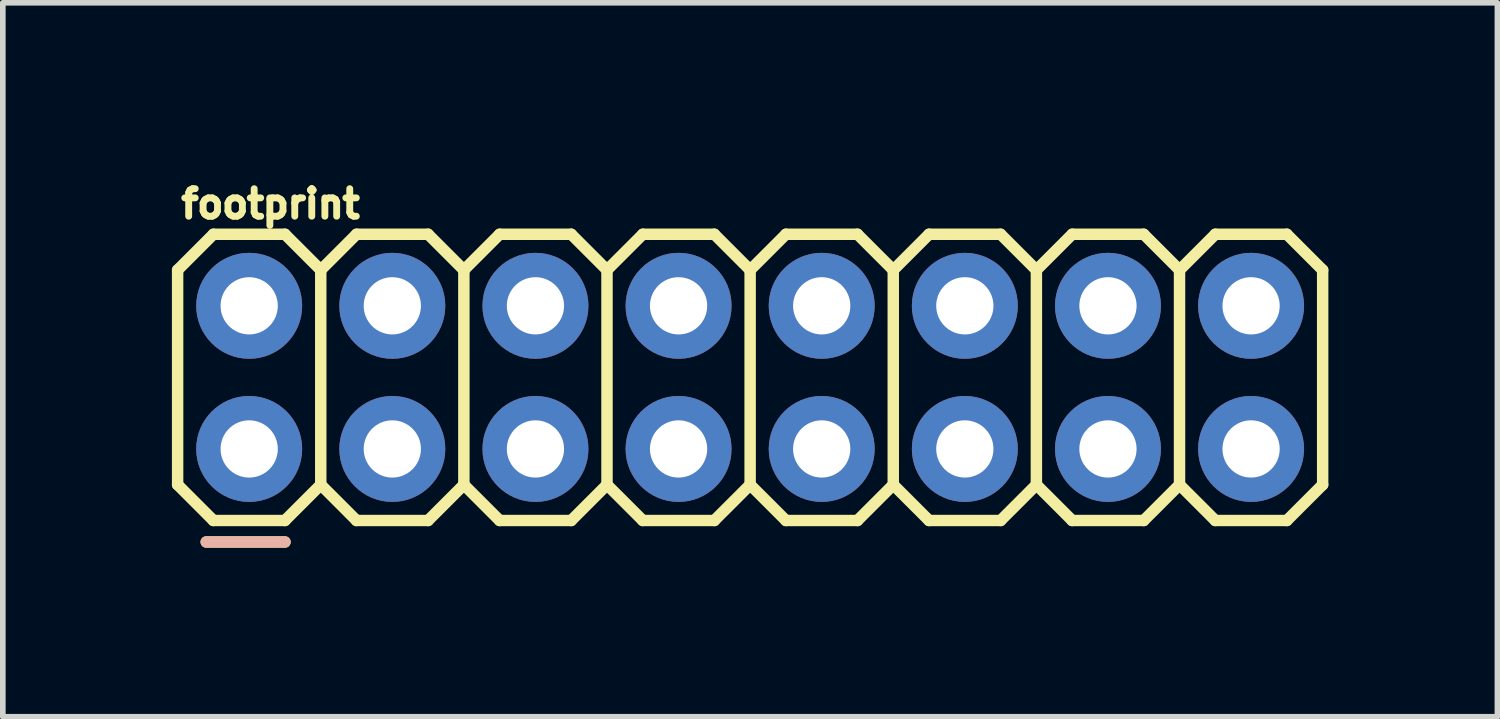
<source format=kicad_pcb>
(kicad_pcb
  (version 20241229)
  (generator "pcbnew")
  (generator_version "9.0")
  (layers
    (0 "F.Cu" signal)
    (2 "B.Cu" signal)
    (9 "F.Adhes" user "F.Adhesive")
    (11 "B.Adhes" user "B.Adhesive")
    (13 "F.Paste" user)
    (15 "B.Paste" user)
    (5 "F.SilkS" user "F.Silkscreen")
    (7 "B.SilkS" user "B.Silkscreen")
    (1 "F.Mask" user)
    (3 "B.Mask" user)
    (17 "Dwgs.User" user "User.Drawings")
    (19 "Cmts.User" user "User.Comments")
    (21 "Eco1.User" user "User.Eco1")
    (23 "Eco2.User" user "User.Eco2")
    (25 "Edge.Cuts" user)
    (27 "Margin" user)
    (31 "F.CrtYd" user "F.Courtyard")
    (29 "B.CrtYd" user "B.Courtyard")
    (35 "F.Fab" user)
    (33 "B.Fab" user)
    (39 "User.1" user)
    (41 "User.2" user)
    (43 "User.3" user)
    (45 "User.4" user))
  (footprint "footprint"
    (layer "F.Cu")
    (at 1.372 4.917)
    (property "Reference" "footprint" (at -1.27 -4.064 0) (layer "F.SilkS") (effects (font (size 0.488 0.488) (thickness 0.122)) (justify left bottom)))
    (fp_line (start -1.27 -3.175) (end -0.635 -3.81) (stroke (width 0.203) (type solid)) (layer "F.SilkS"))
    (fp_line (start -1.27 0.635) (end -1.27 -3.175) (stroke (width 0.203) (type solid)) (layer "F.SilkS"))
    (fp_line (start -1.27 0.635) (end -0.635 1.27) (stroke (width 0.203) (type solid)) (layer "F.SilkS"))
    (fp_line (start -0.762 1.651) (end 0.635 1.651) (stroke (width 0.203) (type solid)) (layer "F.SilkS"))
    (fp_line (start -0.635 -3.81) (end 0.635 -3.81) (stroke (width 0.203) (type solid)) (layer "F.SilkS"))
    (fp_line (start -0.635 1.27) (end 0.635 1.27) (stroke (width 0.203) (type solid)) (layer "F.SilkS"))
    (fp_line (start 0.635 -3.81) (end 1.27 -3.175) (stroke (width 0.203) (type solid)) (layer "F.SilkS"))
    (fp_line (start 0.635 1.27) (end 1.27 0.635) (stroke (width 0.203) (type solid)) (layer "F.SilkS"))
    (fp_line (start 1.27 -3.175) (end 1.27 0.635) (stroke (width 0.203) (type solid)) (layer "F.SilkS"))
    (fp_line (start 1.27 -3.175) (end 1.905 -3.81) (stroke (width 0.203) (type solid)) (layer "F.SilkS"))
    (fp_line (start 1.27 0.635) (end 1.905 1.27) (stroke (width 0.203) (type solid)) (layer "F.SilkS"))
    (fp_line (start 1.905 -3.81) (end 3.175 -3.81) (stroke (width 0.203) (type solid)) (layer "F.SilkS"))
    (fp_line (start 1.905 1.27) (end 3.175 1.27) (stroke (width 0.203) (type solid)) (layer "F.SilkS"))
    (fp_line (start 3.175 -3.81) (end 3.81 -3.175) (stroke (width 0.203) (type solid)) (layer "F.SilkS"))
    (fp_line (start 3.175 1.27) (end 3.81 0.635) (stroke (width 0.203) (type solid)) (layer "F.SilkS"))
    (fp_line (start 3.81 -3.175) (end 3.81 0.635) (stroke (width 0.203) (type solid)) (layer "F.SilkS"))
    (fp_line (start 3.81 -3.175) (end 4.445 -3.81) (stroke (width 0.203) (type solid)) (layer "F.SilkS"))
    (fp_line (start 3.81 0.635) (end 4.445 1.27) (stroke (width 0.203) (type solid)) (layer "F.SilkS"))
    (fp_line (start 4.445 -3.81) (end 5.715 -3.81) (stroke (width 0.203) (type solid)) (layer "F.SilkS"))
    (fp_line (start 4.445 1.27) (end 5.715 1.27) (stroke (width 0.203) (type solid)) (layer "F.SilkS"))
    (fp_line (start 5.715 -3.81) (end 6.35 -3.175) (stroke (width 0.203) (type solid)) (layer "F.SilkS"))
    (fp_line (start 5.715 1.27) (end 6.35 0.635) (stroke (width 0.203) (type solid)) (layer "F.SilkS"))
    (fp_line (start 6.35 -3.175) (end 6.35 0.635) (stroke (width 0.203) (type solid)) (layer "F.SilkS"))
    (fp_line (start 6.35 -3.175) (end 6.985 -3.81) (stroke (width 0.203) (type solid)) (layer "F.SilkS"))
    (fp_line (start 6.35 0.635) (end 6.985 1.27) (stroke (width 0.203) (type solid)) (layer "F.SilkS"))
    (fp_line (start 6.985 -3.81) (end 8.255 -3.81) (stroke (width 0.203) (type solid)) (layer "F.SilkS"))
    (fp_line (start 6.985 1.27) (end 8.255 1.27) (stroke (width 0.203) (type solid)) (layer "F.SilkS"))
    (fp_line (start 8.255 -3.81) (end 8.89 -3.175) (stroke (width 0.203) (type solid)) (layer "F.SilkS"))
    (fp_line (start 8.255 1.27) (end 8.89 0.635) (stroke (width 0.203) (type solid)) (layer "F.SilkS"))
    (fp_line (start 8.89 -3.175) (end 8.89 0.635) (stroke (width 0.203) (type solid)) (layer "F.SilkS"))
    (fp_line (start 8.89 -3.175) (end 9.525 -3.81) (stroke (width 0.203) (type solid)) (layer "F.SilkS"))
    (fp_line (start 8.89 0.635) (end 9.525 1.27) (stroke (width 0.203) (type solid)) (layer "F.SilkS"))
    (fp_line (start 9.525 -3.81) (end 10.795 -3.81) (stroke (width 0.203) (type solid)) (layer "F.SilkS"))
    (fp_line (start 9.525 1.27) (end 10.795 1.27) (stroke (width 0.203) (type solid)) (layer "F.SilkS"))
    (fp_line (start 10.795 -3.81) (end 11.43 -3.175) (stroke (width 0.203) (type solid)) (layer "F.SilkS"))
    (fp_line (start 10.795 1.27) (end 11.43 0.635) (stroke (width 0.203) (type solid)) (layer "F.SilkS"))
    (fp_line (start 11.43 -3.175) (end 11.43 0.635) (stroke (width 0.203) (type solid)) (layer "F.SilkS"))
    (fp_line (start 11.43 -3.175) (end 12.065 -3.81) (stroke (width 0.203) (type solid)) (layer "F.SilkS"))
    (fp_line (start 11.43 0.635) (end 12.065 1.27) (stroke (width 0.203) (type solid)) (layer "F.SilkS"))
    (fp_line (start 12.065 -3.81) (end 13.335 -3.81) (stroke (width 0.203) (type solid)) (layer "F.SilkS"))
    (fp_line (start 12.065 1.27) (end 13.335 1.27) (stroke (width 0.203) (type solid)) (layer "F.SilkS"))
    (fp_line (start 13.335 -3.81) (end 13.97 -3.175) (stroke (width 0.203) (type solid)) (layer "F.SilkS"))
    (fp_line (start 13.335 1.27) (end 13.97 0.635) (stroke (width 0.203) (type solid)) (layer "F.SilkS"))
    (fp_line (start 13.97 -3.175) (end 13.97 0.635) (stroke (width 0.203) (type solid)) (layer "F.SilkS"))
    (fp_line (start 13.97 -3.175) (end 14.605 -3.81) (stroke (width 0.203) (type solid)) (layer "F.SilkS"))
    (fp_line (start 13.97 0.635) (end 14.605 1.27) (stroke (width 0.203) (type solid)) (layer "F.SilkS"))
    (fp_line (start 14.605 -3.81) (end 15.875 -3.81) (stroke (width 0.203) (type solid)) (layer "F.SilkS"))
    (fp_line (start 14.605 1.27) (end 15.875 1.27) (stroke (width 0.203) (type solid)) (layer "F.SilkS"))
    (fp_line (start 15.875 -3.81) (end 16.51 -3.175) (stroke (width 0.203) (type solid)) (layer "F.SilkS"))
    (fp_line (start 16.51 -3.175) (end 16.51 0.635) (stroke (width 0.203) (type solid)) (layer "F.SilkS"))
    (fp_line (start 16.51 -3.175) (end 17.145 -3.81) (stroke (width 0.203) (type solid)) (layer "F.SilkS"))
    (fp_line (start 16.51 0.635) (end 15.875 1.27) (stroke (width 0.203) (type solid)) (layer "F.SilkS"))
    (fp_line (start 16.51 0.635) (end 17.145 1.27) (stroke (width 0.203) (type solid)) (layer "F.SilkS"))
    (fp_line (start 17.145 -3.81) (end 18.415 -3.81) (stroke (width 0.203) (type solid)) (layer "F.SilkS"))
    (fp_line (start 17.145 1.27) (end 18.415 1.27) (stroke (width 0.203) (type solid)) (layer "F.SilkS"))
    (fp_line (start 18.415 -3.81) (end 19.05 -3.175) (stroke (width 0.203) (type solid)) (layer "F.SilkS"))
    (fp_line (start 19.05 -3.175) (end 19.05 0.635) (stroke (width 0.203) (type solid)) (layer "F.SilkS"))
    (fp_line (start 19.05 0.635) (end 18.415 1.27) (stroke (width 0.203) (type solid)) (layer "F.SilkS"))
    (fp_line (start 0.635 1.651) (end -0.762 1.651) (stroke (width 0.203) (type solid)) (layer "B.SilkS"))
    (fp_poly (pts (xy -0.254 -2.286) (xy 0.254 -2.286) (xy 0.254 -2.794) (xy -0.254 -2.794)) (stroke (width 0.1) (type solid)) (fill no) (layer "F.Fab"))
    (fp_poly (pts (xy -0.254 0.254) (xy 0.254 0.254) (xy 0.254 -0.254) (xy -0.254 -0.254)) (stroke (width 0.1) (type solid)) (fill no) (layer "F.Fab"))
    (fp_poly (pts (xy 2.286 -2.286) (xy 2.794 -2.286) (xy 2.794 -2.794) (xy 2.286 -2.794)) (stroke (width 0.1) (type solid)) (fill no) (layer "F.Fab"))
    (fp_poly (pts (xy 2.286 0.254) (xy 2.794 0.254) (xy 2.794 -0.254) (xy 2.286 -0.254)) (stroke (width 0.1) (type solid)) (fill no) (layer "F.Fab"))
    (fp_poly (pts (xy 4.826 -2.286) (xy 5.334 -2.286) (xy 5.334 -2.794) (xy 4.826 -2.794)) (stroke (width 0.1) (type solid)) (fill no) (layer "F.Fab"))
    (fp_poly (pts (xy 4.826 0.254) (xy 5.334 0.254) (xy 5.334 -0.254) (xy 4.826 -0.254)) (stroke (width 0.1) (type solid)) (fill no) (layer "F.Fab"))
    (fp_poly (pts (xy 7.366 -2.286) (xy 7.874 -2.286) (xy 7.874 -2.794) (xy 7.366 -2.794)) (stroke (width 0.1) (type solid)) (fill no) (layer "F.Fab"))
    (fp_poly (pts (xy 7.366 0.254) (xy 7.874 0.254) (xy 7.874 -0.254) (xy 7.366 -0.254)) (stroke (width 0.1) (type solid)) (fill no) (layer "F.Fab"))
    (fp_poly (pts (xy 9.906 -2.286) (xy 10.414 -2.286) (xy 10.414 -2.794) (xy 9.906 -2.794)) (stroke (width 0.1) (type solid)) (fill no) (layer "F.Fab"))
    (fp_poly (pts (xy 9.906 0.254) (xy 10.414 0.254) (xy 10.414 -0.254) (xy 9.906 -0.254)) (stroke (width 0.1) (type solid)) (fill no) (layer "F.Fab"))
    (fp_poly (pts (xy 12.446 -2.286) (xy 12.954 -2.286) (xy 12.954 -2.794) (xy 12.446 -2.794)) (stroke (width 0.1) (type solid)) (fill no) (layer "F.Fab"))
    (fp_poly (pts (xy 12.446 0.254) (xy 12.954 0.254) (xy 12.954 -0.254) (xy 12.446 -0.254)) (stroke (width 0.1) (type solid)) (fill no) (layer "F.Fab"))
    (fp_poly (pts (xy 14.986 -2.286) (xy 15.494 -2.286) (xy 15.494 -2.794) (xy 14.986 -2.794)) (stroke (width 0.1) (type solid)) (fill no) (layer "F.Fab"))
    (fp_poly (pts (xy 14.986 0.254) (xy 15.494 0.254) (xy 15.494 -0.254) (xy 14.986 -0.254)) (stroke (width 0.1) (type solid)) (fill no) (layer "F.Fab"))
    (fp_poly (pts (xy 17.526 -2.286) (xy 18.034 -2.286) (xy 18.034 -2.794) (xy 17.526 -2.794)) (stroke (width 0.1) (type solid)) (fill no) (layer "F.Fab"))
    (fp_poly (pts (xy 17.526 0.254) (xy 18.034 0.254) (xy 18.034 -0.254) (xy 17.526 -0.254)) (stroke (width 0.1) (type solid)) (fill no) (layer "F.Fab"))
    (pad "1" thru_hole circle (at 0 0) (size 1.88 1.88) (drill 1.016) (layers "*.Cu" "*.Mask"))
    (pad "2" thru_hole circle (at 0 -2.54) (size 1.88 1.88) (drill 1.016) (layers "*.Cu" "*.Mask"))
    (pad "3" thru_hole circle (at 2.54 0) (size 1.88 1.88) (drill 1.016) (layers "*.Cu" "*.Mask"))
    (pad "4" thru_hole circle (at 2.54 -2.54) (size 1.88 1.88) (drill 1.016) (layers "*.Cu" "*.Mask"))
    (pad "5" thru_hole circle (at 5.08 0) (size 1.88 1.88) (drill 1.016) (layers "*.Cu" "*.Mask"))
    (pad "6" thru_hole circle (at 5.08 -2.54) (size 1.88 1.88) (drill 1.016) (layers "*.Cu" "*.Mask"))
    (pad "7" thru_hole circle (at 7.62 0) (size 1.88 1.88) (drill 1.016) (layers "*.Cu" "*.Mask"))
    (pad "8" thru_hole circle (at 7.62 -2.54) (size 1.88 1.88) (drill 1.016) (layers "*.Cu" "*.Mask"))
    (pad "9" thru_hole circle (at 10.16 0) (size 1.88 1.88) (drill 1.016) (layers "*.Cu" "*.Mask"))
    (pad "10" thru_hole circle (at 10.16 -2.54) (size 1.88 1.88) (drill 1.016) (layers "*.Cu" "*.Mask"))
    (pad "11" thru_hole circle (at 12.7 0) (size 1.88 1.88) (drill 1.016) (layers "*.Cu" "*.Mask"))
    (pad "12" thru_hole circle (at 12.7 -2.54) (size 1.88 1.88) (drill 1.016) (layers "*.Cu" "*.Mask"))
    (pad "13" thru_hole circle (at 15.24 0) (size 1.88 1.88) (drill 1.016) (layers "*.Cu" "*.Mask"))
    (pad "14" thru_hole circle (at 15.24 -2.54) (size 1.88 1.88) (drill 1.016) (layers "*.Cu" "*.Mask"))
    (pad "15" thru_hole circle (at 17.78 0) (size 1.88 1.88) (drill 1.016) (layers "*.Cu" "*.Mask"))
    (pad "16" thru_hole circle (at 17.78 -2.54) (size 1.88 1.88) (drill 1.016) (layers "*.Cu" "*.Mask")))
  (gr_rect
    (start -3 -3)
    (end 23.523 9.67)
    (stroke (width 0.1) (type default))
    (fill no)
    (layer "Edge.Cuts")))
</source>
